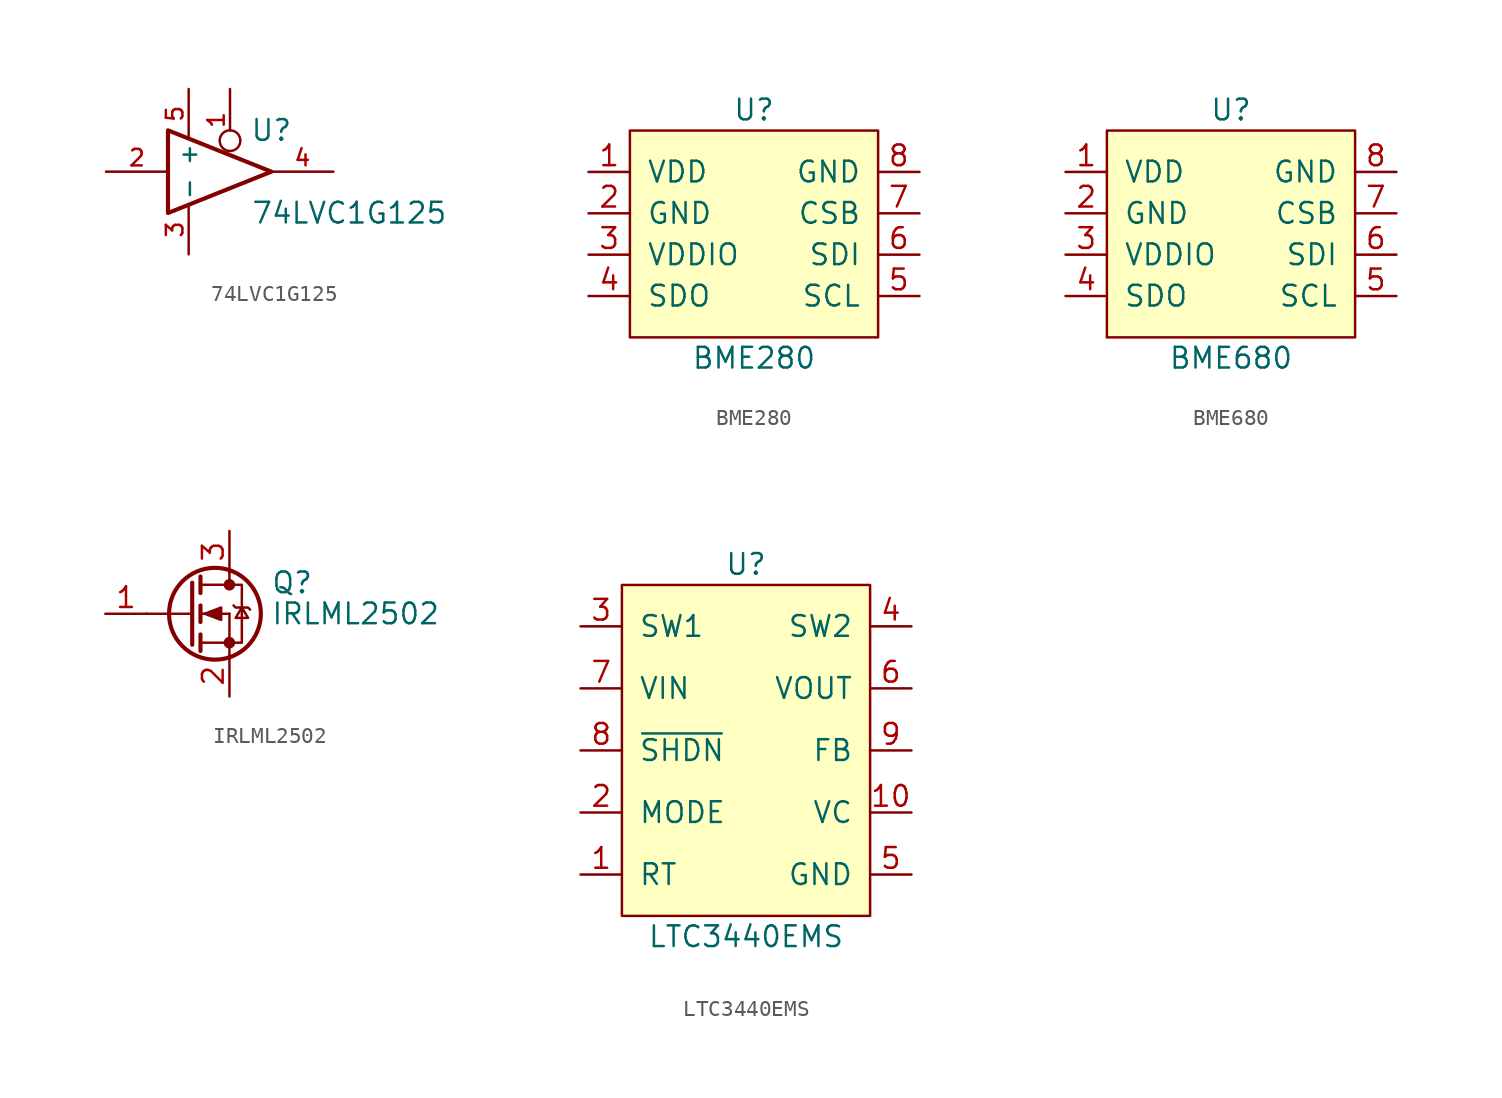
<source format=kicad_sym>
(kicad_symbol_lib
  (version 20211014)
  (generator kicad_symbol_editor)
  (symbol "74LVC1G125"
    (pin_names
      (offset 0.254))
    (property "Reference" "U"
      (at 2.54 2.54 0)
      (effects (font (size 1.27 1.27))))
    (property "Value" "74LVC1G125"
      (at 1.27 -2.54 0)
      (effects (font (size 1.27 1.27)) (justify left)))
    (symbol "74LVC1G125_0_1"
      (polyline (pts (xy -3.81 2.54) (xy -3.81 -2.54) (xy 2.54 0) (xy -3.81 2.54)) (stroke (width 0.254) (type default) (color 0 0 0 0)) (fill (type none))))
    (symbol "74LVC1G125_1_1"
      (pin input inverted (at 0 5.08 270) (length 3.81) (name "~" (effects (font (size 1.016 1.016)))) (number "1" (effects (font (size 1.016 1.016)))))
      (pin input line (at -7.62 0 0) (length 3.81) (name "~" (effects (font (size 1.016 1.016)))) (number "2" (effects (font (size 1.016 1.016)))))
      (pin power_in line (at -2.54 -5.08 90) (length 3.048) (name "-" (effects (font (size 1.016 1.016)))) (number "3" (effects (font (size 1.016 1.016)))))
      (pin tri_state line (at 6.35 0 180) (length 3.81) (name "~" (effects (font (size 1.016 1.016)))) (number "4" (effects (font (size 1.016 1.016)))))
      (pin power_in line (at -2.54 5.08 270) (length 3.048) (name "+" (effects (font (size 1.016 1.016)))) (number "5" (effects (font (size 1.016 1.016)))))))
  (symbol "BME280"
    (pin_names
      (offset 1.016))
    (property "Reference" "U"
      (at 0 7.62 0)
      (effects (font (size 1.27 1.27))))
    (property "Value" "BME280"
      (at 0 -7.62 0)
      (effects (font (size 1.27 1.27))))
    (symbol "BME280_0_1"
      (rectangle (start 7.62 6.35) (end -7.62 -6.35) (stroke (width 0) (type default) (color 0 0 0 0)) (fill (type background))))
    (symbol "BME280_1_1"
      (pin power_in line (at -10.16 3.81 0) (length 2.54) (name "VDD" (effects (font (size 1.27 1.27)))) (number "1" (effects (font (size 1.27 1.27)))))
      (pin power_in line (at -10.16 1.27 0) (length 2.54) (name "GND" (effects (font (size 1.27 1.27)))) (number "2" (effects (font (size 1.27 1.27)))))
      (pin power_in line (at -10.16 -1.27 0) (length 2.54) (name "VDDIO" (effects (font (size 1.27 1.27)))) (number "3" (effects (font (size 1.27 1.27)))))
      (pin output line (at -10.16 -3.81 0) (length 2.54) (name "SDO" (effects (font (size 1.27 1.27)))) (number "4" (effects (font (size 1.27 1.27)))))
      (pin input line (at 10.16 -3.81 180) (length 2.54) (name "SCL" (effects (font (size 1.27 1.27)))) (number "5" (effects (font (size 1.27 1.27)))))
      (pin bidirectional line (at 10.16 -1.27 180) (length 2.54) (name "SDI" (effects (font (size 1.27 1.27)))) (number "6" (effects (font (size 1.27 1.27)))))
      (pin input line (at 10.16 1.27 180) (length 2.54) (name "CSB" (effects (font (size 1.27 1.27)))) (number "7" (effects (font (size 1.27 1.27)))))
      (pin power_in line (at 10.16 3.81 180) (length 2.54) (name "GND" (effects (font (size 1.27 1.27)))) (number "8" (effects (font (size 1.27 1.27)))))))
  (symbol "BME680"
    (pin_names
      (offset 1.016))
    (property "Reference" "U"
      (at 0 7.62 0)
      (effects (font (size 1.27 1.27))))
    (property "Value" "BME680"
      (at 0 -7.62 0)
      (effects (font (size 1.27 1.27))))
    (symbol "BME680_0_1"
      (rectangle (start 7.62 6.35) (end -7.62 -6.35) (stroke (width 0) (type default) (color 0 0 0 0)) (fill (type background))))
    (symbol "BME680_1_1"
      (pin power_in line (at -10.16 3.81 0) (length 2.54) (name "VDD" (effects (font (size 1.27 1.27)))) (number "1" (effects (font (size 1.27 1.27)))))
      (pin power_in line (at -10.16 1.27 0) (length 2.54) (name "GND" (effects (font (size 1.27 1.27)))) (number "2" (effects (font (size 1.27 1.27)))))
      (pin power_in line (at -10.16 -1.27 0) (length 2.54) (name "VDDIO" (effects (font (size 1.27 1.27)))) (number "3" (effects (font (size 1.27 1.27)))))
      (pin output line (at -10.16 -3.81 0) (length 2.54) (name "SDO" (effects (font (size 1.27 1.27)))) (number "4" (effects (font (size 1.27 1.27)))))
      (pin input line (at 10.16 -3.81 180) (length 2.54) (name "SCL" (effects (font (size 1.27 1.27)))) (number "5" (effects (font (size 1.27 1.27)))))
      (pin bidirectional line (at 10.16 -1.27 180) (length 2.54) (name "SDI" (effects (font (size 1.27 1.27)))) (number "6" (effects (font (size 1.27 1.27)))))
      (pin input line (at 10.16 1.27 180) (length 2.54) (name "CSB" (effects (font (size 1.27 1.27)))) (number "7" (effects (font (size 1.27 1.27)))))
      (pin power_in line (at 10.16 3.81 180) (length 2.54) (name "GND" (effects (font (size 1.27 1.27)))) (number "8" (effects (font (size 1.27 1.27)))))))
  (symbol "IRLML2502"
    (pin_names
      (offset 0) hide)
    (property "Reference" "Q"
      (at 5.08 1.905 0)
      (effects (font (size 1.27 1.27)) (justify left)))
    (property "Value" "IRLML2502"
      (at 5.08 0 0)
      (effects (font (size 1.27 1.27)) (justify left)))
    (symbol "IRLML2502_0_1"
      (polyline (pts (xy -2.54 0) (xy 0.254 0)) (stroke (width 0) (type default) (color 0 0 0 0)) (fill (type none)))
      (polyline (pts (xy 0.762 -1.778) (xy 2.54 -1.778)) (stroke (width 0) (type default) (color 0 0 0 0)) (fill (type none)))
      (polyline (pts (xy 0.762 -1.27) (xy 0.762 -2.286)) (stroke (width 0.254) (type default) (color 0 0 0 0)) (fill (type none)))
      (polyline (pts (xy 0.762 0) (xy 2.54 0)) (stroke (width 0) (type default) (color 0 0 0 0)) (fill (type none)))
      (polyline (pts (xy 0.762 0.508) (xy 0.762 -0.508)) (stroke (width 0.254) (type default) (color 0 0 0 0)) (fill (type none)))
      (polyline (pts (xy 0.762 1.778) (xy 2.54 1.778)) (stroke (width 0) (type default) (color 0 0 0 0)) (fill (type none)))
      (polyline (pts (xy 0.762 2.286) (xy 0.762 1.27)) (stroke (width 0.254) (type default) (color 0 0 0 0)) (fill (type none)))
      (polyline (pts (xy 2.54 -1.778) (xy 2.54 -2.54)) (stroke (width 0) (type default) (color 0 0 0 0)) (fill (type none)))
      (polyline (pts (xy 2.54 -1.778) (xy 2.54 0)) (stroke (width 0) (type default) (color 0 0 0 0)) (fill (type none)))
      (polyline (pts (xy 2.54 2.54) (xy 2.54 1.778)) (stroke (width 0) (type default) (color 0 0 0 0)) (fill (type none)))
      (polyline (pts (xy 0.254 1.905) (xy 0.254 -1.905) (xy 0.254 -1.905)) (stroke (width 0.254) (type default) (color 0 0 0 0)) (fill (type none)))
      (polyline (pts (xy 1.016 0) (xy 2.032 0.381) (xy 2.032 -0.381) (xy 1.016 0)) (stroke (width 0) (type default) (color 0 0 0 0)) (fill (type outline)))
      (polyline (pts (xy 2.54 -1.778) (xy 3.302 -1.778) (xy 3.302 1.778) (xy 2.54 1.778)) (stroke (width 0) (type default) (color 0 0 0 0)) (fill (type none)))
      (polyline (pts (xy 2.794 0.508) (xy 2.921 0.381) (xy 3.683 0.381) (xy 3.81 0.254)) (stroke (width 0) (type default) (color 0 0 0 0)) (fill (type none)))
      (polyline (pts (xy 3.302 0.381) (xy 2.921 -0.254) (xy 3.683 -0.254) (xy 3.302 0.381)) (stroke (width 0) (type default) (color 0 0 0 0)) (fill (type none)))
      (circle (center 1.651 0) (radius 2.819) (stroke (width 0.254) (type default) (color 0 0 0 0)) (fill (type none)))
      (circle (center 2.54 -1.778) (radius 0.279) (stroke (width 0) (type default) (color 0 0 0 0)) (fill (type outline)))
      (circle (center 2.54 1.778) (radius 0.279) (stroke (width 0) (type default) (color 0 0 0 0)) (fill (type outline))))
    (symbol "IRLML2502_1_1"
      (pin input line (at -5.08 0 0) (length 2.54) (name "G" (effects (font (size 1.27 1.27)))) (number "1" (effects (font (size 1.27 1.27)))))
      (pin passive line (at 2.54 -5.08 90) (length 2.54) (name "S" (effects (font (size 1.27 1.27)))) (number "2" (effects (font (size 1.27 1.27)))))
      (pin passive line (at 2.54 5.08 270) (length 2.54) (name "D" (effects (font (size 1.27 1.27)))) (number "3" (effects (font (size 1.27 1.27)))))))
  (symbol "LTC3440EMS"
    (pin_names
      (offset 1.016))
    (property "Reference" "U"
      (at 0 11.43 0)
      (effects (font (size 1.27 1.27))))
    (property "Value" "LTC3440EMS"
      (at 0 -11.43 0)
      (effects (font (size 1.27 1.27))))
    (symbol "LTC3440EMS_0_1"
      (rectangle (start 7.62 10.16) (end -7.62 -10.16) (stroke (width 0) (type default) (color 0 0 0 0)) (fill (type background))))
    (symbol "LTC3440EMS_1_1"
      (pin passive line (at -10.16 -7.62 0) (length 2.54) (name "RT" (effects (font (size 1.27 1.27)))) (number "1" (effects (font (size 1.27 1.27)))))
      (pin output line (at 10.16 -3.81 180) (length 2.54) (name "VC" (effects (font (size 1.27 1.27)))) (number "10" (effects (font (size 1.27 1.27)))))
      (pin input line (at -10.16 -3.81 0) (length 2.54) (name "MODE" (effects (font (size 1.27 1.27)))) (number "2" (effects (font (size 1.27 1.27)))))
      (pin passive line (at -10.16 7.62 0) (length 2.54) (name "SW1" (effects (font (size 1.27 1.27)))) (number "3" (effects (font (size 1.27 1.27)))))
      (pin passive line (at 10.16 7.62 180) (length 2.54) (name "SW2" (effects (font (size 1.27 1.27)))) (number "4" (effects (font (size 1.27 1.27)))))
      (pin power_in line (at 10.16 -7.62 180) (length 2.54) (name "GND" (effects (font (size 1.27 1.27)))) (number "5" (effects (font (size 1.27 1.27)))))
      (pin power_out line (at 10.16 3.81 180) (length 2.54) (name "VOUT" (effects (font (size 1.27 1.27)))) (number "6" (effects (font (size 1.27 1.27)))))
      (pin power_in line (at -10.16 3.81 0) (length 2.54) (name "VIN" (effects (font (size 1.27 1.27)))) (number "7" (effects (font (size 1.27 1.27)))))
      (pin input line (at -10.16 0 0) (length 2.54) (name "~{SHDN}" (effects (font (size 1.27 1.27)))) (number "8" (effects (font (size 1.27 1.27)))))
      (pin input line (at 10.16 0 180) (length 2.54) (name "FB" (effects (font (size 1.27 1.27)))) (number "9" (effects (font (size 1.27 1.27))))))))
</source>
